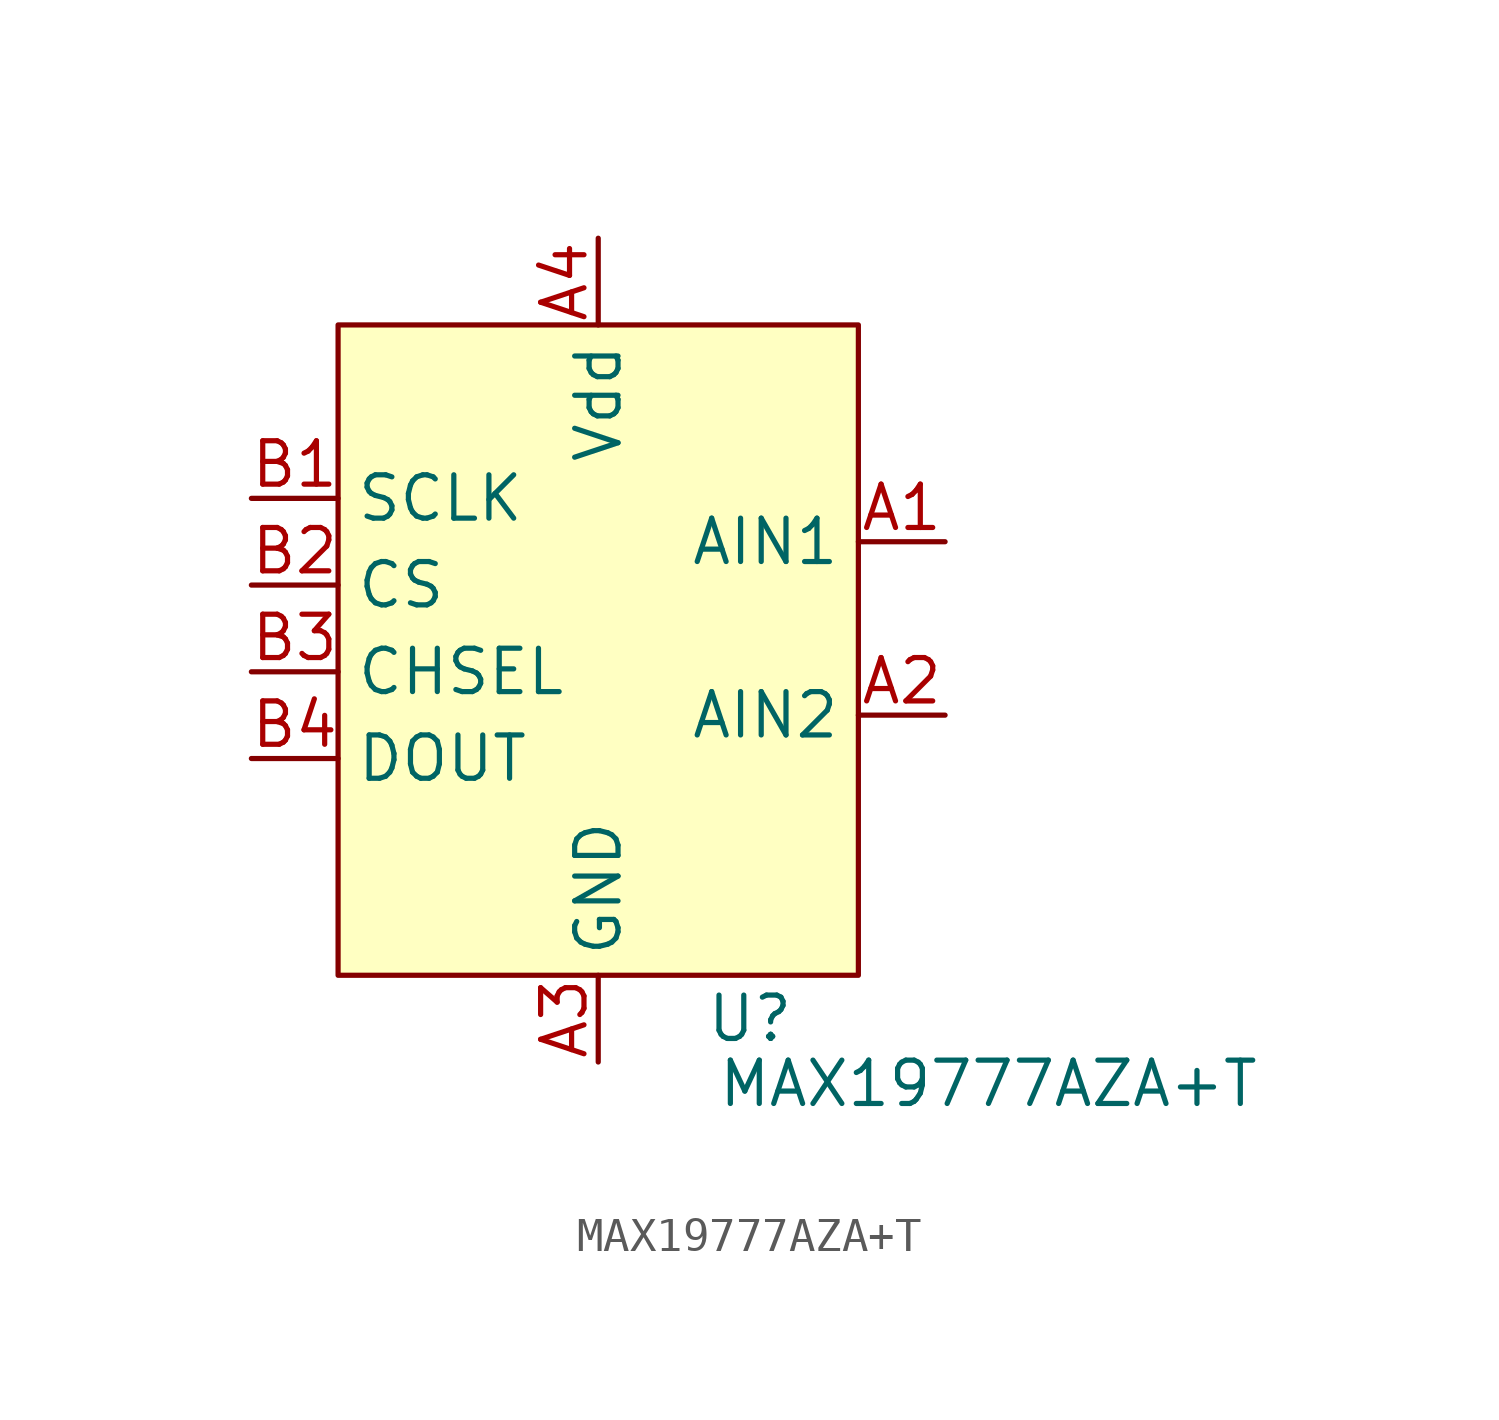
<source format=kicad_sym>
(kicad_symbol_lib
  (version 20220914)
  (generator kicad_symbol_editor)
  (symbol "MAX19777AZA+T"
    (property "Reference" "U"
      (at -4.445 -19.05 0)
      (effects (font (size 1.27 1.27))))
    (property "Value" "MAX19777AZA+T"
      (at 2.54 -20.955 0)
      (effects (font (size 1.27 1.27))))
    (symbol "MAX19777AZA+T_0_0"
      (pin input line (at 1.27 -5.08 180) (length 2.54) (name "AIN1" (effects (font (size 1.27 1.27)))) (number "A1" (effects (font (size 1.27 1.27)))))
      (pin input line (at 1.27 -10.16 180) (length 2.54) (name "AIN2" (effects (font (size 1.27 1.27)))) (number "A2" (effects (font (size 1.27 1.27)))))
      (pin passive line (at -8.89 -20.32 90) (length 2.54) (name "GND" (effects (font (size 1.27 1.27)))) (number "A3" (effects (font (size 1.27 1.27)))))
      (pin power_in line (at -8.89 3.81 270) (length 2.54) (name "Vdd" (effects (font (size 1.27 1.27)))) (number "A4" (effects (font (size 1.27 1.27)))))
      (pin input line (at -19.05 -3.81 0) (length 2.54) (name "SCLK" (effects (font (size 1.27 1.27)))) (number "B1" (effects (font (size 1.27 1.27)))))
      (pin input line (at -19.05 -6.35 0) (length 2.54) (name "CS" (effects (font (size 1.27 1.27)))) (number "B2" (effects (font (size 1.27 1.27)))))
      (pin input line (at -19.05 -8.89 0) (length 2.54) (name "CHSEL" (effects (font (size 1.27 1.27)))) (number "B3" (effects (font (size 1.27 1.27)))))
      (pin output line (at -19.05 -11.43 0) (length 2.54) (name "DOUT" (effects (font (size 1.27 1.27)))) (number "B4" (effects (font (size 1.27 1.27))))))
    (symbol "MAX19777AZA+T_1_1"
      (rectangle (start -16.51 1.27) (end -1.27 -17.78) (stroke (width 0) (type default)) (fill (type background))))))
</source>
